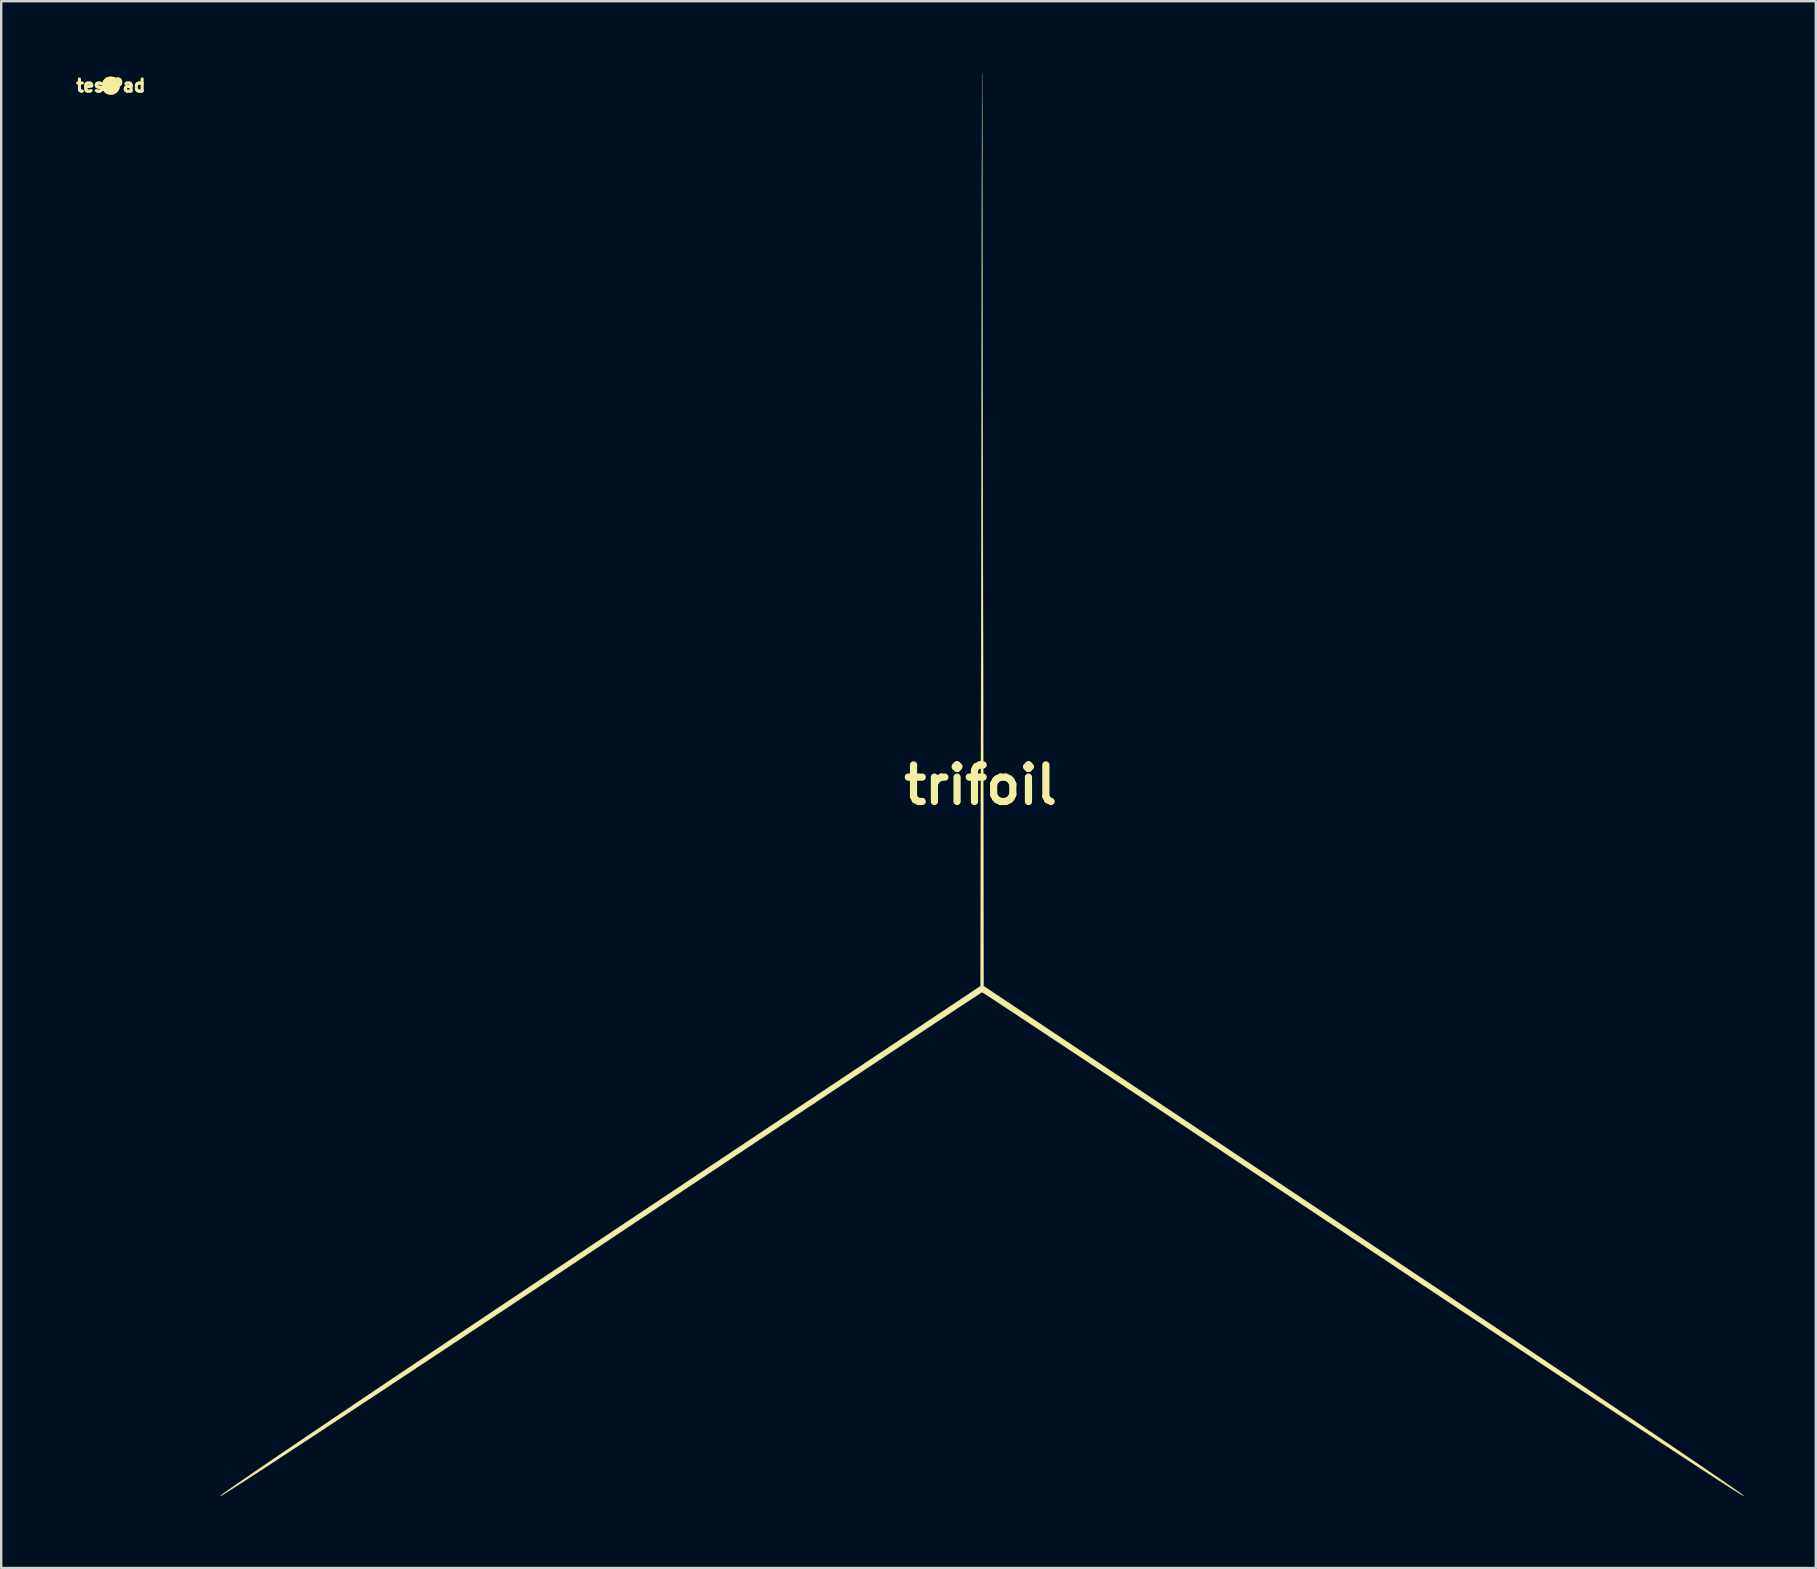
<source format=kicad_pcb>
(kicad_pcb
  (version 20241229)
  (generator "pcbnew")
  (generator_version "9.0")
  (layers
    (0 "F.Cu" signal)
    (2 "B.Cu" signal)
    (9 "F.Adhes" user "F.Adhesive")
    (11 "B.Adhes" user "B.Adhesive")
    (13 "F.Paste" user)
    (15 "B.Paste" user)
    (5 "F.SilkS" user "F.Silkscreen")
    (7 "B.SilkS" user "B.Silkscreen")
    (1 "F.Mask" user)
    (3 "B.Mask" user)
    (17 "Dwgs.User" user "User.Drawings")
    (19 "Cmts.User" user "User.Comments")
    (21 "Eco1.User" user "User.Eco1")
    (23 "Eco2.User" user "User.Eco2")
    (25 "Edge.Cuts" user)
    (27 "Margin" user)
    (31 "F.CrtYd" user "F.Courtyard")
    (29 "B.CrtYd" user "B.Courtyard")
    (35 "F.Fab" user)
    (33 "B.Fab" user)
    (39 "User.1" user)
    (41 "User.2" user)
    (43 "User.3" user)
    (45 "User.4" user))
  (footprint "trifoil"
    (layer "F.Cu")
    (at 37.812 29.66)
    (property "Reference" "trifoil" (at 0 0 0) (layer "F.SilkS") (effects (font (size 1.524 1.524) (thickness 0.3))))
    (attr through_hole)
    (fp_poly (pts (xy 0.096 -10.636) (xy 0.127 8.382) (xy 16.002 18.965) (xy 17.815 20.175) (xy 19.569 21.346) (xy 21.252 22.472) (xy 22.852 23.545) (xy 24.358 24.556) (xy 25.76 25.498) (xy 27.044 26.363) (xy 28.2 27.143) (xy 29.216 27.832) (xy 30.08 28.42) (xy 30.782 28.901) (xy 31.31 29.266) (xy 31.652 29.508) (xy 31.797 29.619) (xy 31.801 29.625) (xy 31.688 29.565) (xy 31.376 29.371) (xy 30.876 29.051) (xy 30.2 28.613) (xy 29.359 28.064) (xy 28.365 27.413) (xy 27.23 26.667) (xy 25.965 25.833) (xy 24.582 24.919) (xy 23.092 23.932) (xy 21.508 22.882) (xy 19.84 21.774) (xy 18.101 20.617) (xy 16.301 19.419) (xy 15.926 19.169) (xy 14.116 17.962) (xy 12.363 16.794) (xy 10.68 15.673) (xy 9.078 14.607) (xy 7.568 13.603) (xy 6.163 12.669) (xy 4.873 11.812) (xy 3.711 11.041) (xy 2.689 10.363) (xy 1.817 9.785) (xy 1.107 9.317) (xy 0.572 8.964) (xy 0.222 8.736) (xy 0.069 8.639) (xy 0.064 8.636) (xy -0.048 8.705) (xy -0.358 8.908) (xy -0.857 9.236) (xy -1.533 9.682) (xy -2.373 10.237) (xy -3.366 10.896) (xy -4.5 11.649) (xy -5.765 12.489) (xy -7.148 13.408) (xy -8.637 14.399) (xy -10.222 15.453) (xy -11.889 16.563) (xy -13.629 17.722) (xy -15.428 18.922) (xy -15.799 19.169) (xy -17.609 20.375) (xy -19.362 21.541) (xy -21.045 22.659) (xy -22.648 23.722) (xy -24.158 24.722) (xy -25.563 25.651) (xy -26.854 26.502) (xy -28.016 27.268) (xy -29.04 27.939) (xy -29.913 28.509) (xy -30.624 28.97) (xy -31.161 29.315) (xy -31.513 29.535) (xy -31.667 29.624) (xy -31.674 29.625) (xy -31.579 29.547) (xy -31.284 29.336) (xy -30.8 29.001) (xy -30.139 28.547) (xy -29.313 27.984) (xy -28.333 27.319) (xy -27.21 26.561) (xy -25.956 25.715) (xy -24.582 24.791) (xy -23.1 23.796) (xy -21.522 22.738) (xy -19.858 21.625) (xy -18.12 20.463) (xy -16.32 19.262) (xy -15.875 18.965) (xy -0.001 8.382) (xy 0.032 -10.636) (xy 0.064 -29.654) (xy 0.096 -10.636)) (stroke (width 0.01) (type solid)) (fill yes) (layer "F.SilkS")))
  (footprint "testPad"
    (layer "F.Cu")
    (at 1.567 0.52)
    (property "Reference" "testPad" (at 0 0 0) (layer "F.SilkS") (effects (font (size 0.508 0.508) (thickness 0.127))))
    (attr through_hole)
    (pad "1" smd circle (at 0 0) (size 0.762 0.762) (layers "F.Cu" "F.Mask" "F.SilkS" "F.Paste")))
  (gr_rect
    (start -3 -3)
    (end 72.618 62.29)
    (stroke (width 0.1) (type default))
    (fill no)
    (layer "Edge.Cuts")))
</source>
